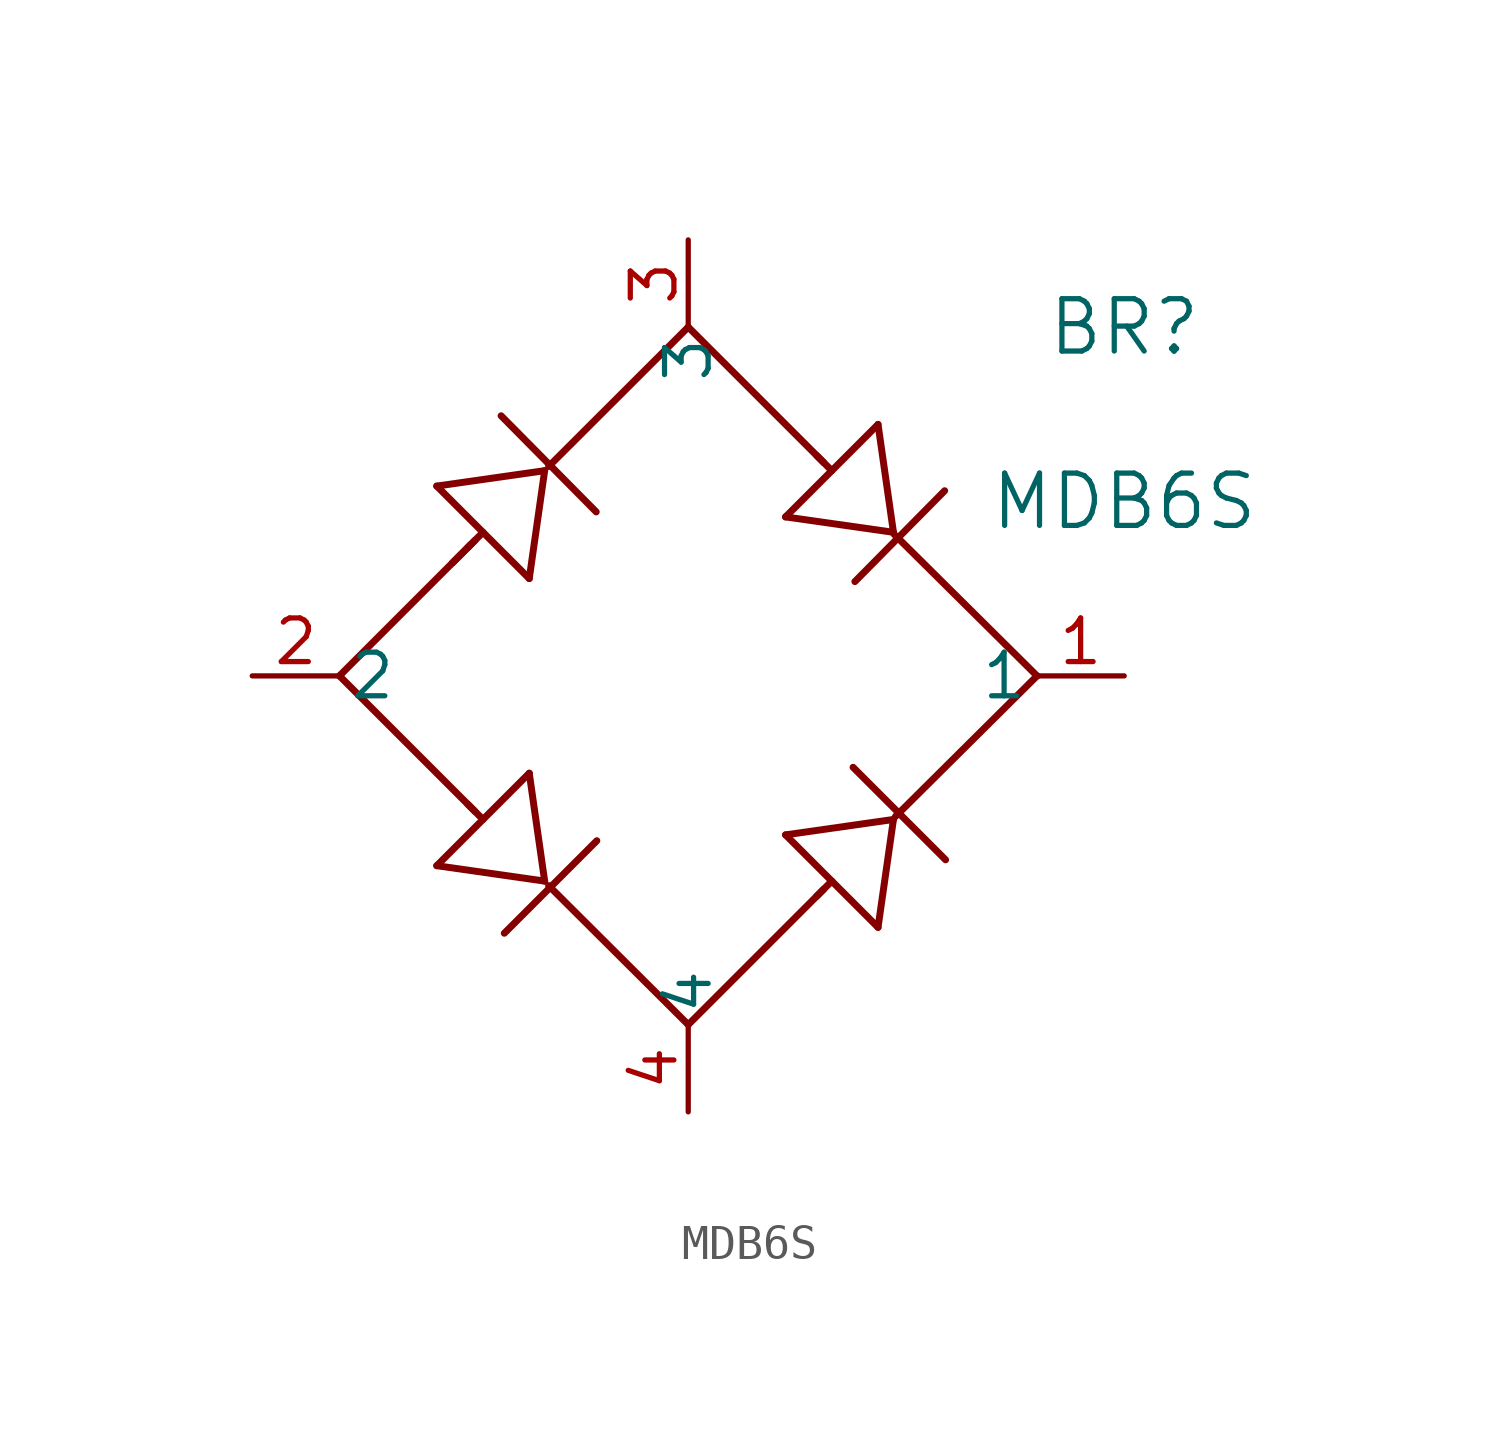
<source format=kicad_sym>
(kicad_symbol_lib
  (version 20211014)
  (generator kicad_symbol_editor)
  (symbol "MDB6S"
    (pin_names
      (offset 0.254))
    (property "Reference" "BR"
      (at 25.4 10.16 0)
      (effects (font (size 1.524 1.524))))
    (property "Value" "MDB6S"
      (at 25.4 5.08 0)
      (effects (font (size 1.524 1.524))))
    (symbol "MDB6S_0_1"
      (polyline (pts (xy 5.824 3.284) (xy 6.488 3.948)) (stroke (width 0.203) (type default) (color 0 0 0 0)) (fill (type none)))
      (polyline (pts (xy 5.375 5.529) (xy 8.069 2.835)) (stroke (width 0.203) (type default) (color 0 0 0 0)) (fill (type none)))
      (polyline (pts (xy 6.273 3.733) (xy 6.722 4.182)) (stroke (width 0.203) (type default) (color 0 0 0 0)) (fill (type none)))
      (polyline (pts (xy 8.518 5.978) (xy 5.375 5.529)) (stroke (width 0.203) (type default) (color 0 0 0 0)) (fill (type none)))
      (polyline (pts (xy 8.069 2.835) (xy 8.518 5.978)) (stroke (width 0.203) (type default) (color 0 0 0 0)) (fill (type none)))
      (polyline (pts (xy 10.019 4.777) (xy 7.25 7.576)) (stroke (width 0.203) (type default) (color 0 0 0 0)) (fill (type none)))
      (polyline (pts (xy 12.7 10.16) (xy 16.648 6.212)) (stroke (width 0.203) (type default) (color 0 0 0 0)) (fill (type none)))
      (polyline (pts (xy 22.86 0) (xy 18.736 -4.096)) (stroke (width 0.203) (type default) (color 0 0 0 0)) (fill (type none)))
      (polyline (pts (xy 12.7 -10.16) (xy 8.634 -6.111)) (stroke (width 0.203) (type default) (color 0 0 0 0)) (fill (type none)))
      (polyline (pts (xy 2.54 0) (xy 6.35 3.81)) (stroke (width 0.203) (type default) (color 0 0 0 0)) (fill (type none)))
      (polyline (pts (xy 8.634 6.1) (xy 12.7 10.16)) (stroke (width 0.203) (type default) (color 0 0 0 0)) (fill (type none)))
      (polyline (pts (xy 2.54 0) (xy 6.488 -3.948)) (stroke (width 0.203) (type default) (color 0 0 0 0)) (fill (type none)))
      (polyline (pts (xy 8.069 -2.835) (xy 5.375 -5.529)) (stroke (width 0.203) (type default) (color 0 0 0 0)) (fill (type none)))
      (polyline (pts (xy 6.273 -3.733) (xy 6.722 -4.182)) (stroke (width 0.203) (type default) (color 0 0 0 0)) (fill (type none)))
      (polyline (pts (xy 8.518 -5.978) (xy 8.069 -2.835)) (stroke (width 0.203) (type default) (color 0 0 0 0)) (fill (type none)))
      (polyline (pts (xy 5.375 -5.529) (xy 8.518 -5.978)) (stroke (width 0.203) (type default) (color 0 0 0 0)) (fill (type none)))
      (polyline (pts (xy 7.343 -7.496) (xy 10.037 -4.802)) (stroke (width 0.203) (type default) (color 0 0 0 0)) (fill (type none)))
      (polyline (pts (xy 12.7 -10.16) (xy 16.648 -6.212)) (stroke (width 0.203) (type default) (color 0 0 0 0)) (fill (type none)))
      (polyline (pts (xy 15.535 -4.631) (xy 18.229 -7.325)) (stroke (width 0.203) (type default) (color 0 0 0 0)) (fill (type none)))
      (polyline (pts (xy 16.433 -6.427) (xy 16.882 -5.978)) (stroke (width 0.203) (type default) (color 0 0 0 0)) (fill (type none)))
      (polyline (pts (xy 18.678 -4.182) (xy 15.535 -4.631)) (stroke (width 0.203) (type default) (color 0 0 0 0)) (fill (type none)))
      (polyline (pts (xy 18.229 -7.325) (xy 18.678 -4.182)) (stroke (width 0.203) (type default) (color 0 0 0 0)) (fill (type none)))
      (polyline (pts (xy 20.196 -5.357) (xy 17.502 -2.663)) (stroke (width 0.203) (type default) (color 0 0 0 0)) (fill (type none)))
      (polyline (pts (xy 22.86 0) (xy 18.693 4.131)) (stroke (width 0.203) (type default) (color 0 0 0 0)) (fill (type none)))
      (polyline (pts (xy 18.229 7.325) (xy 15.535 4.631)) (stroke (width 0.203) (type default) (color 0 0 0 0)) (fill (type none)))
      (polyline (pts (xy 16.433 6.427) (xy 16.882 5.978)) (stroke (width 0.203) (type default) (color 0 0 0 0)) (fill (type none)))
      (polyline (pts (xy 18.678 4.182) (xy 18.229 7.325)) (stroke (width 0.203) (type default) (color 0 0 0 0)) (fill (type none)))
      (polyline (pts (xy 15.535 4.631) (xy 18.678 4.182)) (stroke (width 0.203) (type default) (color 0 0 0 0)) (fill (type none)))
      (polyline (pts (xy 17.555 2.747) (xy 20.169 5.393)) (stroke (width 0.203) (type default) (color 0 0 0 0)) (fill (type none)))
      (pin unspecified line (at 25.4 0 180) (length 2.54) (name "1" (effects (font (size 1.27 1.27)))) (number "1" (effects (font (size 1.27 1.27)))))
      (pin unspecified line (at 12.7 12.7 270) (length 2.54) (name "3" (effects (font (size 1.27 1.27)))) (number "3" (effects (font (size 1.27 1.27)))))
      (pin unspecified line (at 12.7 -12.7 90) (length 2.54) (name "4" (effects (font (size 1.27 1.27)))) (number "4" (effects (font (size 1.27 1.27)))))
      (pin unspecified line (at 0 0 0) (length 2.54) (name "2" (effects (font (size 1.27 1.27)))) (number "2" (effects (font (size 1.27 1.27))))))))
</source>
